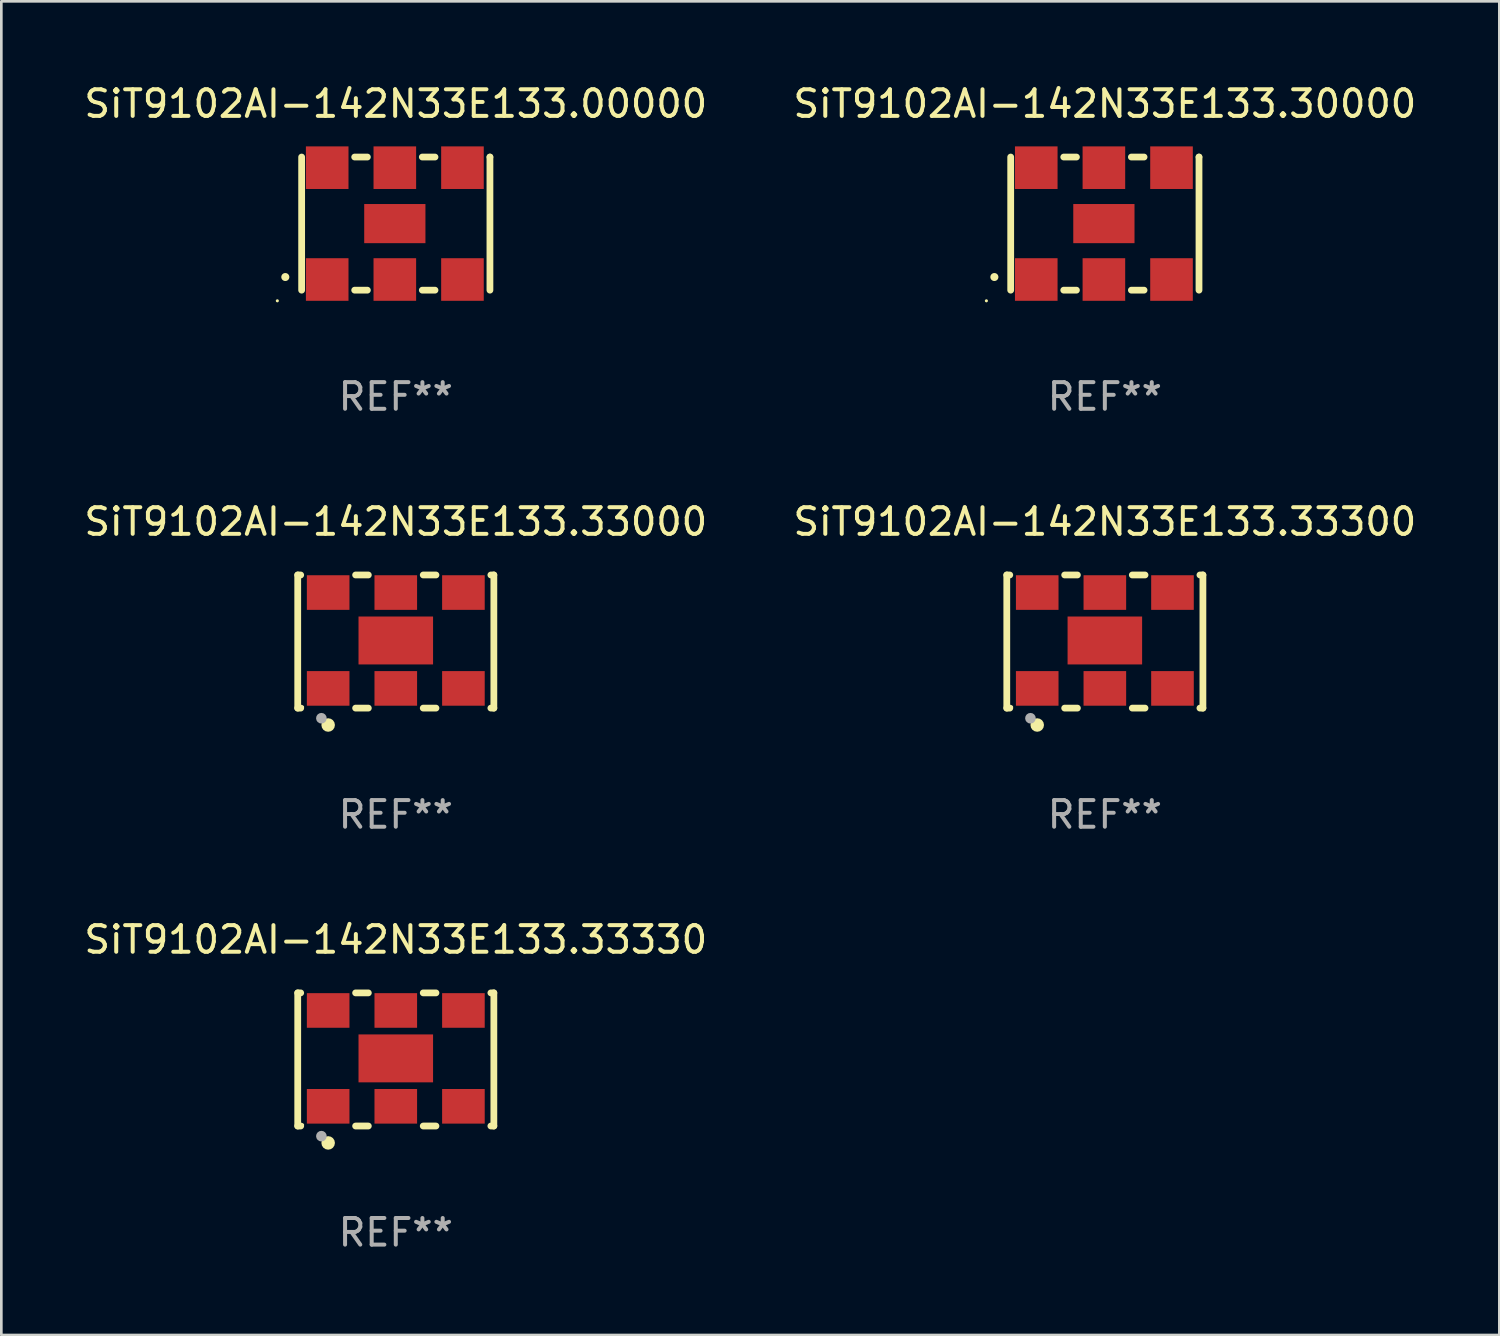
<source format=kicad_pcb>
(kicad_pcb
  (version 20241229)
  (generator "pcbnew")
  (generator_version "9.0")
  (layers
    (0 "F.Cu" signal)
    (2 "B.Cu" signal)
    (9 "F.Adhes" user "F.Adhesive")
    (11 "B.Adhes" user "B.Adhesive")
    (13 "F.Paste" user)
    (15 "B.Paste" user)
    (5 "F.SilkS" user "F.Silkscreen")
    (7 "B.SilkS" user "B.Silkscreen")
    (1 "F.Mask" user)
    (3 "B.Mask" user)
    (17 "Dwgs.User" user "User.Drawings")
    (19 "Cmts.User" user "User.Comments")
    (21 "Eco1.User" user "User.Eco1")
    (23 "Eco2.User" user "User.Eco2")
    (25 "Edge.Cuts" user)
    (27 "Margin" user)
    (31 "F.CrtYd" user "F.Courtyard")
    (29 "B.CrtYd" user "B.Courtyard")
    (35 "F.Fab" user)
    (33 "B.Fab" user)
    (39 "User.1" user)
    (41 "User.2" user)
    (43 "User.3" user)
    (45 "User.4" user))
  (footprint "SiT9102AI-142N33E133.33330"
    (layer "F.Cu")
    (at 11.815 36.741)
    (property "Reference" "SiT9102AI-142N33E133.33330" (at 0 -4.5 0) (layer "F.SilkS") (effects (font (size 1 1) (thickness 0.15))))
    (attr through_hole)
    (fp_line (start -3.683 -2.5) (end -3.571 -2.5) (stroke (width 0.254) (type solid)) (layer "F.SilkS"))
    (fp_line (start -3.683 2.5) (end -3.683 -2.5) (stroke (width 0.254) (type solid)) (layer "F.SilkS"))
    (fp_line (start -3.683 2.5) (end -3.571 2.5) (stroke (width 0.254) (type solid)) (layer "F.SilkS"))
    (fp_line (start -1.509 -2.5) (end -1.031 -2.5) (stroke (width 0.254) (type solid)) (layer "F.SilkS"))
    (fp_line (start -1.509 2.5) (end -1.031 2.5) (stroke (width 0.254) (type solid)) (layer "F.SilkS"))
    (fp_line (start 1.031 -2.5) (end 1.509 -2.5) (stroke (width 0.254) (type solid)) (layer "F.SilkS"))
    (fp_line (start 1.031 2.5) (end 1.509 2.5) (stroke (width 0.254) (type solid)) (layer "F.SilkS"))
    (fp_line (start 3.571 -2.5) (end 3.683 -2.5) (stroke (width 0.254) (type solid)) (layer "F.SilkS"))
    (fp_line (start 3.571 2.5) (end 3.683 2.5) (stroke (width 0.254) (type solid)) (layer "F.SilkS"))
    (fp_line (start 3.683 2.5) (end 3.683 -2.5) (stroke (width 0.254) (type solid)) (layer "F.SilkS"))
    (fp_circle (center -3.5 2.46) (end -3.47 2.46) (stroke (width 0.06) (type solid)) (fill no) (layer "F.SilkS"))
    (fp_circle (center -2.54 3.135) (end -2.413 3.135) (stroke (width 0.254) (type solid)) (fill no) (layer "F.SilkS"))
    (fp_circle (center -2.794 2.881) (end -2.694 2.881) (stroke (width 0.2) (type solid)) (fill no) (layer "F.Fab"))
    (fp_text user "REF**" (at 0 6.5 0) (layer "F.Fab") (effects (font (size 1 1) (thickness 0.15))))
    (pad "1" smd rect (at -2.54 1.76) (size 1.6 1.3) (layers "F.Cu" "F.Mask" "F.Paste"))
    (pad "2" smd rect (at 0 1.76) (size 1.6 1.3) (layers "F.Cu" "F.Mask" "F.Paste"))
    (pad "3" smd rect (at 2.54 1.76) (size 1.6 1.3) (layers "F.Cu" "F.Mask" "F.Paste"))
    (pad "4" smd rect (at 2.54 -1.84) (size 1.6 1.3) (layers "F.Cu" "F.Mask" "F.Paste"))
    (pad "5" smd rect (at 0 -1.84) (size 1.6 1.3) (layers "F.Cu" "F.Mask" "F.Paste"))
    (pad "6" smd rect (at -2.54 -1.84) (size 1.6 1.3) (layers "F.Cu" "F.Mask" "F.Paste"))
    (pad "7" smd rect (at 0 -0.04) (size 2.8 1.8) (layers "F.Cu" "F.Mask" "F.Paste")))
  (footprint "SiT9102AI-142N33E133.33300"
    (layer "F.Cu")
    (at 38.446 21.045)
    (property "Reference" "SiT9102AI-142N33E133.33300" (at 0 -4.5 0) (layer "F.SilkS") (effects (font (size 1 1) (thickness 0.15))))
    (attr through_hole)
    (fp_line (start -3.683 -2.5) (end -3.571 -2.5) (stroke (width 0.254) (type solid)) (layer "F.SilkS"))
    (fp_line (start -3.683 2.5) (end -3.683 -2.5) (stroke (width 0.254) (type solid)) (layer "F.SilkS"))
    (fp_line (start -3.683 2.5) (end -3.571 2.5) (stroke (width 0.254) (type solid)) (layer "F.SilkS"))
    (fp_line (start -1.509 -2.5) (end -1.031 -2.5) (stroke (width 0.254) (type solid)) (layer "F.SilkS"))
    (fp_line (start -1.509 2.5) (end -1.031 2.5) (stroke (width 0.254) (type solid)) (layer "F.SilkS"))
    (fp_line (start 1.031 -2.5) (end 1.509 -2.5) (stroke (width 0.254) (type solid)) (layer "F.SilkS"))
    (fp_line (start 1.031 2.5) (end 1.509 2.5) (stroke (width 0.254) (type solid)) (layer "F.SilkS"))
    (fp_line (start 3.571 -2.5) (end 3.683 -2.5) (stroke (width 0.254) (type solid)) (layer "F.SilkS"))
    (fp_line (start 3.571 2.5) (end 3.683 2.5) (stroke (width 0.254) (type solid)) (layer "F.SilkS"))
    (fp_line (start 3.683 2.5) (end 3.683 -2.5) (stroke (width 0.254) (type solid)) (layer "F.SilkS"))
    (fp_circle (center -3.5 2.46) (end -3.47 2.46) (stroke (width 0.06) (type solid)) (fill no) (layer "F.SilkS"))
    (fp_circle (center -2.54 3.135) (end -2.413 3.135) (stroke (width 0.254) (type solid)) (fill no) (layer "F.SilkS"))
    (fp_circle (center -2.794 2.881) (end -2.694 2.881) (stroke (width 0.2) (type solid)) (fill no) (layer "F.Fab"))
    (fp_text user "REF**" (at 0 6.5 0) (layer "F.Fab") (effects (font (size 1 1) (thickness 0.15))))
    (pad "1" smd rect (at -2.54 1.76) (size 1.6 1.3) (layers "F.Cu" "F.Mask" "F.Paste"))
    (pad "2" smd rect (at 0 1.76) (size 1.6 1.3) (layers "F.Cu" "F.Mask" "F.Paste"))
    (pad "3" smd rect (at 2.54 1.76) (size 1.6 1.3) (layers "F.Cu" "F.Mask" "F.Paste"))
    (pad "4" smd rect (at 2.54 -1.84) (size 1.6 1.3) (layers "F.Cu" "F.Mask" "F.Paste"))
    (pad "5" smd rect (at 0 -1.84) (size 1.6 1.3) (layers "F.Cu" "F.Mask" "F.Paste"))
    (pad "6" smd rect (at -2.54 -1.84) (size 1.6 1.3) (layers "F.Cu" "F.Mask" "F.Paste"))
    (pad "7" smd rect (at 0 -0.04) (size 2.8 1.8) (layers "F.Cu" "F.Mask" "F.Paste")))
  (footprint "SiT9102AI-142N33E133.30000"
    (layer "F.Cu")
    (at 38.446 5.348)
    (property "Reference" "SiT9102AI-142N33E133.30000" (at 0 -4.5 0) (layer "F.SilkS") (effects (font (size 1 1) (thickness 0.15))))
    (attr through_hole)
    (fp_line (start -3.536 -2.5) (end -3.536 2.5) (stroke (width 0.254) (type solid)) (layer "F.SilkS"))
    (fp_line (start -1.544 2.5) (end -1.067 2.5) (stroke (width 0.254) (type solid)) (layer "F.SilkS"))
    (fp_line (start -1.067 -2.5) (end -1.544 -2.5) (stroke (width 0.254) (type solid)) (layer "F.SilkS"))
    (fp_line (start 0.996 2.5) (end 1.473 2.5) (stroke (width 0.254) (type solid)) (layer "F.SilkS"))
    (fp_line (start 1.473 -2.5) (end 0.996 -2.5) (stroke (width 0.254) (type solid)) (layer "F.SilkS"))
    (fp_line (start 3.536 -2.5) (end 3.536 -2.5) (stroke (width 0.254) (type solid)) (layer "F.SilkS"))
    (fp_line (start 3.536 2.5) (end 3.536 -2.5) (stroke (width 0.254) (type solid)) (layer "F.SilkS"))
    (fp_arc (start -4.150432 2.006604) (mid -4.149162 2.006599) (end -4.147892 2.006604) (stroke (width 0.3) (type solid)) (layer "F.SilkS"))
    (fp_circle (center -4.449 2.9) (end -4.419 2.9) (stroke (width 0.06) (type solid)) (fill no) (layer "F.SilkS"))
    (fp_text user "REF**" (at 0 6.5 0) (layer "F.Fab") (effects (font (size 1 1) (thickness 0.15))))
    (pad "1" smd rect (at -2.576 2.1) (size 1.6 1.6) (layers "F.Cu" "F.Mask" "F.Paste"))
    (pad "2" smd rect (at -0.036 2.1) (size 1.6 1.6) (layers "F.Cu" "F.Mask" "F.Paste"))
    (pad "3" smd rect (at 2.504 2.1) (size 1.6 1.6) (layers "F.Cu" "F.Mask" "F.Paste"))
    (pad "4" smd rect (at 2.504 -2.1) (size 1.6 1.6) (layers "F.Cu" "F.Mask" "F.Paste"))
    (pad "5" smd rect (at -0.036 -2.1) (size 1.6 1.6) (layers "F.Cu" "F.Mask" "F.Paste"))
    (pad "6" smd rect (at -2.576 -2.1) (size 1.6 1.6) (layers "F.Cu" "F.Mask" "F.Paste"))
    (pad "7" smd rect (at -0.036 0) (size 2.3 1.47) (layers "F.Cu" "F.Mask" "F.Paste")))
  (footprint "SiT9102AI-142N33E133.00000"
    (layer "F.Cu")
    (at 11.815 5.348)
    (property "Reference" "SiT9102AI-142N33E133.00000" (at 0 -4.5 0) (layer "F.SilkS") (effects (font (size 1 1) (thickness 0.15))))
    (attr through_hole)
    (fp_line (start -3.536 -2.5) (end -3.536 2.5) (stroke (width 0.254) (type solid)) (layer "F.SilkS"))
    (fp_line (start -1.544 2.5) (end -1.067 2.5) (stroke (width 0.254) (type solid)) (layer "F.SilkS"))
    (fp_line (start -1.067 -2.5) (end -1.544 -2.5) (stroke (width 0.254) (type solid)) (layer "F.SilkS"))
    (fp_line (start 0.996 2.5) (end 1.473 2.5) (stroke (width 0.254) (type solid)) (layer "F.SilkS"))
    (fp_line (start 1.473 -2.5) (end 0.996 -2.5) (stroke (width 0.254) (type solid)) (layer "F.SilkS"))
    (fp_line (start 3.536 -2.5) (end 3.536 -2.5) (stroke (width 0.254) (type solid)) (layer "F.SilkS"))
    (fp_line (start 3.536 2.5) (end 3.536 -2.5) (stroke (width 0.254) (type solid)) (layer "F.SilkS"))
    (fp_arc (start -4.150432 2.006604) (mid -4.149162 2.006599) (end -4.147892 2.006604) (stroke (width 0.3) (type solid)) (layer "F.SilkS"))
    (fp_circle (center -4.449 2.9) (end -4.419 2.9) (stroke (width 0.06) (type solid)) (fill no) (layer "F.SilkS"))
    (fp_text user "REF**" (at 0 6.5 0) (layer "F.Fab") (effects (font (size 1 1) (thickness 0.15))))
    (pad "1" smd rect (at -2.576 2.1) (size 1.6 1.6) (layers "F.Cu" "F.Mask" "F.Paste"))
    (pad "2" smd rect (at -0.036 2.1) (size 1.6 1.6) (layers "F.Cu" "F.Mask" "F.Paste"))
    (pad "3" smd rect (at 2.504 2.1) (size 1.6 1.6) (layers "F.Cu" "F.Mask" "F.Paste"))
    (pad "4" smd rect (at 2.504 -2.1) (size 1.6 1.6) (layers "F.Cu" "F.Mask" "F.Paste"))
    (pad "5" smd rect (at -0.036 -2.1) (size 1.6 1.6) (layers "F.Cu" "F.Mask" "F.Paste"))
    (pad "6" smd rect (at -2.576 -2.1) (size 1.6 1.6) (layers "F.Cu" "F.Mask" "F.Paste"))
    (pad "7" smd rect (at -0.036 0) (size 2.3 1.47) (layers "F.Cu" "F.Mask" "F.Paste")))
  (footprint "SiT9102AI-142N33E133.33000"
    (layer "F.Cu")
    (at 11.815 21.045)
    (property "Reference" "SiT9102AI-142N33E133.33000" (at 0 -4.5 0) (layer "F.SilkS") (effects (font (size 1 1) (thickness 0.15))))
    (attr through_hole)
    (fp_line (start -3.683 -2.5) (end -3.571 -2.5) (stroke (width 0.254) (type solid)) (layer "F.SilkS"))
    (fp_line (start -3.683 2.5) (end -3.683 -2.5) (stroke (width 0.254) (type solid)) (layer "F.SilkS"))
    (fp_line (start -3.683 2.5) (end -3.571 2.5) (stroke (width 0.254) (type solid)) (layer "F.SilkS"))
    (fp_line (start -1.509 -2.5) (end -1.031 -2.5) (stroke (width 0.254) (type solid)) (layer "F.SilkS"))
    (fp_line (start -1.509 2.5) (end -1.031 2.5) (stroke (width 0.254) (type solid)) (layer "F.SilkS"))
    (fp_line (start 1.031 -2.5) (end 1.509 -2.5) (stroke (width 0.254) (type solid)) (layer "F.SilkS"))
    (fp_line (start 1.031 2.5) (end 1.509 2.5) (stroke (width 0.254) (type solid)) (layer "F.SilkS"))
    (fp_line (start 3.571 -2.5) (end 3.683 -2.5) (stroke (width 0.254) (type solid)) (layer "F.SilkS"))
    (fp_line (start 3.571 2.5) (end 3.683 2.5) (stroke (width 0.254) (type solid)) (layer "F.SilkS"))
    (fp_line (start 3.683 2.5) (end 3.683 -2.5) (stroke (width 0.254) (type solid)) (layer "F.SilkS"))
    (fp_circle (center -3.5 2.46) (end -3.47 2.46) (stroke (width 0.06) (type solid)) (fill no) (layer "F.SilkS"))
    (fp_circle (center -2.54 3.135) (end -2.413 3.135) (stroke (width 0.254) (type solid)) (fill no) (layer "F.SilkS"))
    (fp_circle (center -2.794 2.881) (end -2.694 2.881) (stroke (width 0.2) (type solid)) (fill no) (layer "F.Fab"))
    (fp_text user "REF**" (at 0 6.5 0) (layer "F.Fab") (effects (font (size 1 1) (thickness 0.15))))
    (pad "1" smd rect (at -2.54 1.76) (size 1.6 1.3) (layers "F.Cu" "F.Mask" "F.Paste"))
    (pad "2" smd rect (at 0 1.76) (size 1.6 1.3) (layers "F.Cu" "F.Mask" "F.Paste"))
    (pad "3" smd rect (at 2.54 1.76) (size 1.6 1.3) (layers "F.Cu" "F.Mask" "F.Paste"))
    (pad "4" smd rect (at 2.54 -1.84) (size 1.6 1.3) (layers "F.Cu" "F.Mask" "F.Paste"))
    (pad "5" smd rect (at 0 -1.84) (size 1.6 1.3) (layers "F.Cu" "F.Mask" "F.Paste"))
    (pad "6" smd rect (at -2.54 -1.84) (size 1.6 1.3) (layers "F.Cu" "F.Mask" "F.Paste"))
    (pad "7" smd rect (at 0 -0.04) (size 2.8 1.8) (layers "F.Cu" "F.Mask" "F.Paste")))
  (gr_rect
    (start -3 -3)
    (end 53.262 47.09)
    (stroke (width 0.1) (type default))
    (fill no)
    (layer "Edge.Cuts")))
</source>
